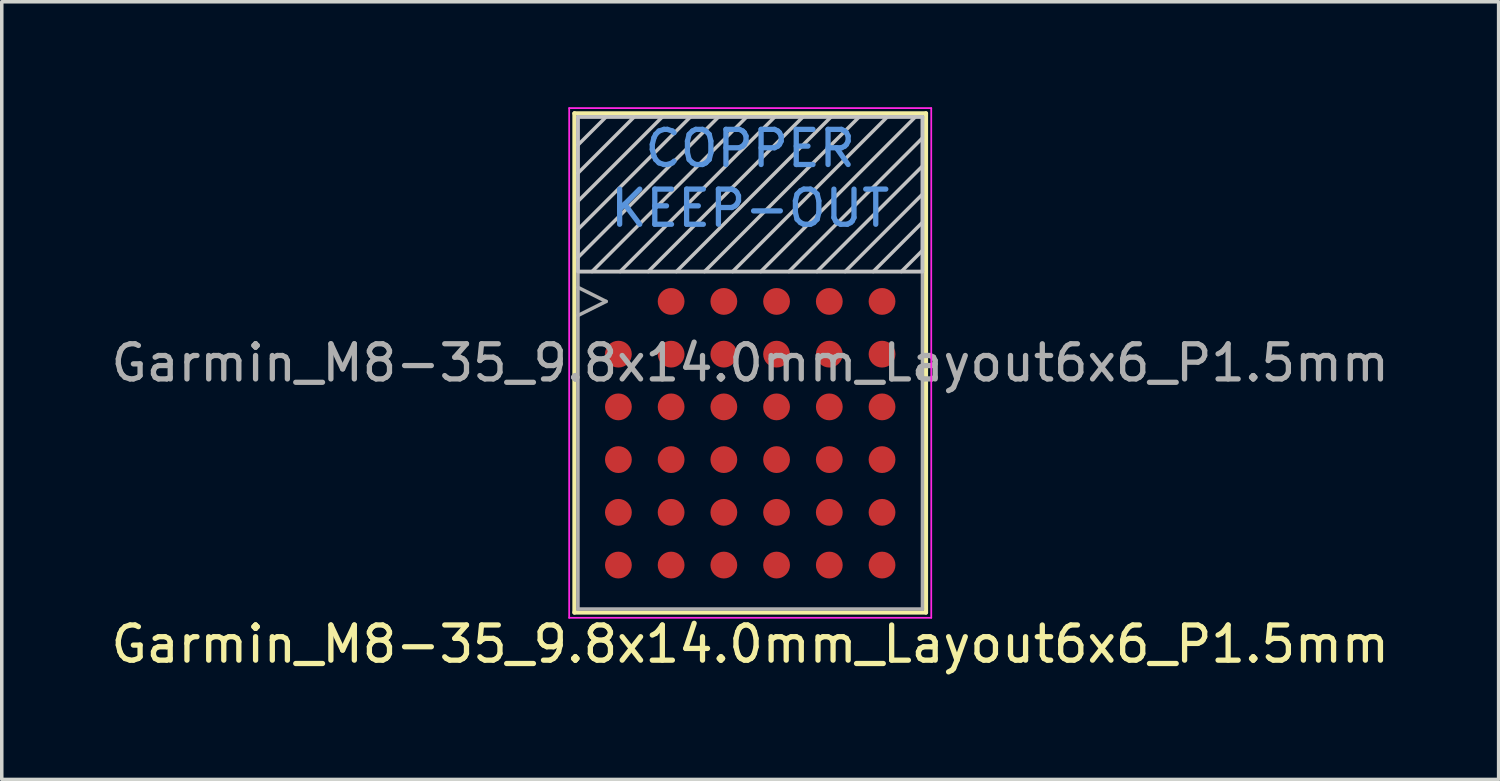
<source format=kicad_pcb>
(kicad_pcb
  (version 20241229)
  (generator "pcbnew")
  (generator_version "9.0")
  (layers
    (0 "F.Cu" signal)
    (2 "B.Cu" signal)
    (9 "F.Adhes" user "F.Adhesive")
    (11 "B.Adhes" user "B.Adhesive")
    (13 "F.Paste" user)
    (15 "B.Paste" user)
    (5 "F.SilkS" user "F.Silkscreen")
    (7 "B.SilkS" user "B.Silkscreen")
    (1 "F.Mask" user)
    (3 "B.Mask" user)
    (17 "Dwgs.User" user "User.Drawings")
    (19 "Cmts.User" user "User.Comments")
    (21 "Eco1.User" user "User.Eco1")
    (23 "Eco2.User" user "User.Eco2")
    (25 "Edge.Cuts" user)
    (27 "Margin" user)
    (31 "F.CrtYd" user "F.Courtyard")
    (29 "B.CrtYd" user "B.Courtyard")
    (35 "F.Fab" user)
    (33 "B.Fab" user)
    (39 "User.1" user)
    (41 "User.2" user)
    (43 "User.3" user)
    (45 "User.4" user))
  (footprint "Garmin_M8-35_9.8x14.0mm_Layout6x6_P1.5mm"
    (layer "F.Cu")
    (at 18.292 7.275)
    (property "Reference" "Garmin_M8-35_9.8x14.0mm_Layout6x6_P1.5mm" (at 0 8 0) (layer "F.SilkS") (effects (font (size 1 1) (thickness 0.15))))
    (attr smd)
    (fp_line (start -5 -7.1) (end -5 7.1) (stroke (width 0.12) (type solid)) (layer "F.SilkS"))
    (fp_line (start -5 7.1) (end 5 7.1) (stroke (width 0.12) (type solid)) (layer "F.SilkS"))
    (fp_line (start 5 -7.1) (end -5 -7.1) (stroke (width 0.12) (type solid)) (layer "F.SilkS"))
    (fp_line (start 5 7.1) (end 5 -7.1) (stroke (width 0.12) (type solid)) (layer "F.SilkS"))
    (fp_poly (pts (xy -4.18 -0.315) (xy -4.18 -0.68) (xy -3.815 -0.68) (xy -3.815 -0.315)) (stroke (width 0) (type solid)) (fill yes) (layer "F.Paste"))
    (fp_poly (pts (xy -4.18 0.18) (xy -4.18 -0.185) (xy -3.815 -0.185) (xy -3.815 0.18)) (stroke (width 0) (type solid)) (fill yes) (layer "F.Paste"))
    (fp_poly (pts (xy -4.18 1.185) (xy -4.18 0.82) (xy -3.815 0.82) (xy -3.815 1.185)) (stroke (width 0) (type solid)) (fill yes) (layer "F.Paste"))
    (fp_poly (pts (xy -4.18 1.68) (xy -4.18 1.315) (xy -3.815 1.315) (xy -3.815 1.68)) (stroke (width 0) (type solid)) (fill yes) (layer "F.Paste"))
    (fp_poly (pts (xy -4.18 2.685) (xy -4.18 2.32) (xy -3.815 2.32) (xy -3.815 2.685)) (stroke (width 0) (type solid)) (fill yes) (layer "F.Paste"))
    (fp_poly (pts (xy -4.18 3.18) (xy -4.18 2.815) (xy -3.815 2.815) (xy -3.815 3.18)) (stroke (width 0) (type solid)) (fill yes) (layer "F.Paste"))
    (fp_poly (pts (xy -4.18 4.185) (xy -4.18 3.82) (xy -3.815 3.82) (xy -3.815 4.185)) (stroke (width 0) (type solid)) (fill yes) (layer "F.Paste"))
    (fp_poly (pts (xy -4.18 4.68) (xy -4.18 4.315) (xy -3.815 4.315) (xy -3.815 4.68)) (stroke (width 0) (type solid)) (fill yes) (layer "F.Paste"))
    (fp_poly (pts (xy -4.18 5.685) (xy -4.18 5.32) (xy -3.815 5.32) (xy -3.815 5.685)) (stroke (width 0) (type solid)) (fill yes) (layer "F.Paste"))
    (fp_poly (pts (xy -4.18 6.18) (xy -4.18 5.815) (xy -3.815 5.815) (xy -3.815 6.18)) (stroke (width 0) (type solid)) (fill yes) (layer "F.Paste"))
    (fp_poly (pts (xy -3.685 -0.315) (xy -3.685 -0.68) (xy -3.32 -0.68) (xy -3.32 -0.315)) (stroke (width 0) (type solid)) (fill yes) (layer "F.Paste"))
    (fp_poly (pts (xy -3.685 0.18) (xy -3.685 -0.185) (xy -3.32 -0.185) (xy -3.32 0.18)) (stroke (width 0) (type solid)) (fill yes) (layer "F.Paste"))
    (fp_poly (pts (xy -3.685 1.185) (xy -3.685 0.82) (xy -3.32 0.82) (xy -3.32 1.185)) (stroke (width 0) (type solid)) (fill yes) (layer "F.Paste"))
    (fp_poly (pts (xy -3.685 1.68) (xy -3.685 1.315) (xy -3.32 1.315) (xy -3.32 1.68)) (stroke (width 0) (type solid)) (fill yes) (layer "F.Paste"))
    (fp_poly (pts (xy -3.685 2.685) (xy -3.685 2.32) (xy -3.32 2.32) (xy -3.32 2.685)) (stroke (width 0) (type solid)) (fill yes) (layer "F.Paste"))
    (fp_poly (pts (xy -3.685 3.18) (xy -3.685 2.815) (xy -3.32 2.815) (xy -3.32 3.18)) (stroke (width 0) (type solid)) (fill yes) (layer "F.Paste"))
    (fp_poly (pts (xy -3.685 4.185) (xy -3.685 3.82) (xy -3.32 3.82) (xy -3.32 4.185)) (stroke (width 0) (type solid)) (fill yes) (layer "F.Paste"))
    (fp_poly (pts (xy -3.685 4.68) (xy -3.685 4.315) (xy -3.32 4.315) (xy -3.32 4.68)) (stroke (width 0) (type solid)) (fill yes) (layer "F.Paste"))
    (fp_poly (pts (xy -3.685 5.685) (xy -3.685 5.32) (xy -3.32 5.32) (xy -3.32 5.685)) (stroke (width 0) (type solid)) (fill yes) (layer "F.Paste"))
    (fp_poly (pts (xy -3.685 6.18) (xy -3.685 5.815) (xy -3.32 5.815) (xy -3.32 6.18)) (stroke (width 0) (type solid)) (fill yes) (layer "F.Paste"))
    (fp_poly (pts (xy -2.68 -1.815) (xy -2.68 -2.18) (xy -2.315 -2.18) (xy -2.315 -1.815)) (stroke (width 0) (type solid)) (fill yes) (layer "F.Paste"))
    (fp_poly (pts (xy -2.68 -1.32) (xy -2.68 -1.685) (xy -2.315 -1.685) (xy -2.315 -1.32)) (stroke (width 0) (type solid)) (fill yes) (layer "F.Paste"))
    (fp_poly (pts (xy -2.68 -0.315) (xy -2.68 -0.68) (xy -2.315 -0.68) (xy -2.315 -0.315)) (stroke (width 0) (type solid)) (fill yes) (layer "F.Paste"))
    (fp_poly (pts (xy -2.68 0.18) (xy -2.68 -0.185) (xy -2.315 -0.185) (xy -2.315 0.18)) (stroke (width 0) (type solid)) (fill yes) (layer "F.Paste"))
    (fp_poly (pts (xy -2.68 1.185) (xy -2.68 0.82) (xy -2.315 0.82) (xy -2.315 1.185)) (stroke (width 0) (type solid)) (fill yes) (layer "F.Paste"))
    (fp_poly (pts (xy -2.68 1.68) (xy -2.68 1.315) (xy -2.315 1.315) (xy -2.315 1.68)) (stroke (width 0) (type solid)) (fill yes) (layer "F.Paste"))
    (fp_poly (pts (xy -2.68 2.685) (xy -2.68 2.32) (xy -2.315 2.32) (xy -2.315 2.685)) (stroke (width 0) (type solid)) (fill yes) (layer "F.Paste"))
    (fp_poly (pts (xy -2.68 3.18) (xy -2.68 2.815) (xy -2.315 2.815) (xy -2.315 3.18)) (stroke (width 0) (type solid)) (fill yes) (layer "F.Paste"))
    (fp_poly (pts (xy -2.68 4.185) (xy -2.68 3.82) (xy -2.315 3.82) (xy -2.315 4.185)) (stroke (width 0) (type solid)) (fill yes) (layer "F.Paste"))
    (fp_poly (pts (xy -2.68 4.68) (xy -2.68 4.315) (xy -2.315 4.315) (xy -2.315 4.68)) (stroke (width 0) (type solid)) (fill yes) (layer "F.Paste"))
    (fp_poly (pts (xy -2.68 5.685) (xy -2.68 5.32) (xy -2.315 5.32) (xy -2.315 5.685)) (stroke (width 0) (type solid)) (fill yes) (layer "F.Paste"))
    (fp_poly (pts (xy -2.68 6.18) (xy -2.68 5.815) (xy -2.315 5.815) (xy -2.315 6.18)) (stroke (width 0) (type solid)) (fill yes) (layer "F.Paste"))
    (fp_poly (pts (xy -2.185 -1.815) (xy -2.185 -2.18) (xy -1.82 -2.18) (xy -1.82 -1.815)) (stroke (width 0) (type solid)) (fill yes) (layer "F.Paste"))
    (fp_poly (pts (xy -2.185 -1.32) (xy -2.185 -1.685) (xy -1.82 -1.685) (xy -1.82 -1.32)) (stroke (width 0) (type solid)) (fill yes) (layer "F.Paste"))
    (fp_poly (pts (xy -2.185 -0.315) (xy -2.185 -0.68) (xy -1.82 -0.68) (xy -1.82 -0.315)) (stroke (width 0) (type solid)) (fill yes) (layer "F.Paste"))
    (fp_poly (pts (xy -2.185 0.18) (xy -2.185 -0.185) (xy -1.82 -0.185) (xy -1.82 0.18)) (stroke (width 0) (type solid)) (fill yes) (layer "F.Paste"))
    (fp_poly (pts (xy -2.185 1.185) (xy -2.185 0.82) (xy -1.82 0.82) (xy -1.82 1.185)) (stroke (width 0) (type solid)) (fill yes) (layer "F.Paste"))
    (fp_poly (pts (xy -2.185 1.68) (xy -2.185 1.315) (xy -1.82 1.315) (xy -1.82 1.68)) (stroke (width 0) (type solid)) (fill yes) (layer "F.Paste"))
    (fp_poly (pts (xy -2.185 2.685) (xy -2.185 2.32) (xy -1.82 2.32) (xy -1.82 2.685)) (stroke (width 0) (type solid)) (fill yes) (layer "F.Paste"))
    (fp_poly (pts (xy -2.185 3.18) (xy -2.185 2.815) (xy -1.82 2.815) (xy -1.82 3.18)) (stroke (width 0) (type solid)) (fill yes) (layer "F.Paste"))
    (fp_poly (pts (xy -2.185 4.185) (xy -2.185 3.82) (xy -1.82 3.82) (xy -1.82 4.185)) (stroke (width 0) (type solid)) (fill yes) (layer "F.Paste"))
    (fp_poly (pts (xy -2.185 4.68) (xy -2.185 4.315) (xy -1.82 4.315) (xy -1.82 4.68)) (stroke (width 0) (type solid)) (fill yes) (layer "F.Paste"))
    (fp_poly (pts (xy -2.185 5.685) (xy -2.185 5.32) (xy -1.82 5.32) (xy -1.82 5.685)) (stroke (width 0) (type solid)) (fill yes) (layer "F.Paste"))
    (fp_poly (pts (xy -2.185 6.18) (xy -2.185 5.815) (xy -1.82 5.815) (xy -1.82 6.18)) (stroke (width 0) (type solid)) (fill yes) (layer "F.Paste"))
    (fp_poly (pts (xy -1.18 -1.815) (xy -1.18 -2.18) (xy -0.815 -2.18) (xy -0.815 -1.815)) (stroke (width 0) (type solid)) (fill yes) (layer "F.Paste"))
    (fp_poly (pts (xy -1.18 -1.32) (xy -1.18 -1.685) (xy -0.815 -1.685) (xy -0.815 -1.32)) (stroke (width 0) (type solid)) (fill yes) (layer "F.Paste"))
    (fp_poly (pts (xy -1.18 -0.315) (xy -1.18 -0.68) (xy -0.815 -0.68) (xy -0.815 -0.315)) (stroke (width 0) (type solid)) (fill yes) (layer "F.Paste"))
    (fp_poly (pts (xy -1.18 0.18) (xy -1.18 -0.185) (xy -0.815 -0.185) (xy -0.815 0.18)) (stroke (width 0) (type solid)) (fill yes) (layer "F.Paste"))
    (fp_poly (pts (xy -1.18 1.185) (xy -1.18 0.82) (xy -0.815 0.82) (xy -0.815 1.185)) (stroke (width 0) (type solid)) (fill yes) (layer "F.Paste"))
    (fp_poly (pts (xy -1.18 1.68) (xy -1.18 1.315) (xy -0.815 1.315) (xy -0.815 1.68)) (stroke (width 0) (type solid)) (fill yes) (layer "F.Paste"))
    (fp_poly (pts (xy -1.18 2.685) (xy -1.18 2.32) (xy -0.815 2.32) (xy -0.815 2.685)) (stroke (width 0) (type solid)) (fill yes) (layer "F.Paste"))
    (fp_poly (pts (xy -1.18 3.18) (xy -1.18 2.815) (xy -0.815 2.815) (xy -0.815 3.18)) (stroke (width 0) (type solid)) (fill yes) (layer "F.Paste"))
    (fp_poly (pts (xy -1.18 4.185) (xy -1.18 3.82) (xy -0.815 3.82) (xy -0.815 4.185)) (stroke (width 0) (type solid)) (fill yes) (layer "F.Paste"))
    (fp_poly (pts (xy -1.18 4.68) (xy -1.18 4.315) (xy -0.815 4.315) (xy -0.815 4.68)) (stroke (width 0) (type solid)) (fill yes) (layer "F.Paste"))
    (fp_poly (pts (xy -1.18 5.685) (xy -1.18 5.32) (xy -0.815 5.32) (xy -0.815 5.685)) (stroke (width 0) (type solid)) (fill yes) (layer "F.Paste"))
    (fp_poly (pts (xy -1.18 6.18) (xy -1.18 5.815) (xy -0.815 5.815) (xy -0.815 6.18)) (stroke (width 0) (type solid)) (fill yes) (layer "F.Paste"))
    (fp_poly (pts (xy -0.685 -1.815) (xy -0.685 -2.18) (xy -0.32 -2.18) (xy -0.32 -1.815)) (stroke (width 0) (type solid)) (fill yes) (layer "F.Paste"))
    (fp_poly (pts (xy -0.685 -1.32) (xy -0.685 -1.685) (xy -0.32 -1.685) (xy -0.32 -1.32)) (stroke (width 0) (type solid)) (fill yes) (layer "F.Paste"))
    (fp_poly (pts (xy -0.685 -0.315) (xy -0.685 -0.68) (xy -0.32 -0.68) (xy -0.32 -0.315)) (stroke (width 0) (type solid)) (fill yes) (layer "F.Paste"))
    (fp_poly (pts (xy -0.685 0.18) (xy -0.685 -0.185) (xy -0.32 -0.185) (xy -0.32 0.18)) (stroke (width 0) (type solid)) (fill yes) (layer "F.Paste"))
    (fp_poly (pts (xy -0.685 1.185) (xy -0.685 0.82) (xy -0.32 0.82) (xy -0.32 1.185)) (stroke (width 0) (type solid)) (fill yes) (layer "F.Paste"))
    (fp_poly (pts (xy -0.685 1.68) (xy -0.685 1.315) (xy -0.32 1.315) (xy -0.32 1.68)) (stroke (width 0) (type solid)) (fill yes) (layer "F.Paste"))
    (fp_poly (pts (xy -0.685 2.685) (xy -0.685 2.32) (xy -0.32 2.32) (xy -0.32 2.685)) (stroke (width 0) (type solid)) (fill yes) (layer "F.Paste"))
    (fp_poly (pts (xy -0.685 3.18) (xy -0.685 2.815) (xy -0.32 2.815) (xy -0.32 3.18)) (stroke (width 0) (type solid)) (fill yes) (layer "F.Paste"))
    (fp_poly (pts (xy -0.685 4.185) (xy -0.685 3.82) (xy -0.32 3.82) (xy -0.32 4.185)) (stroke (width 0) (type solid)) (fill yes) (layer "F.Paste"))
    (fp_poly (pts (xy -0.685 4.68) (xy -0.685 4.315) (xy -0.32 4.315) (xy -0.32 4.68)) (stroke (width 0) (type solid)) (fill yes) (layer "F.Paste"))
    (fp_poly (pts (xy -0.685 5.685) (xy -0.685 5.32) (xy -0.32 5.32) (xy -0.32 5.685)) (stroke (width 0) (type solid)) (fill yes) (layer "F.Paste"))
    (fp_poly (pts (xy -0.685 6.18) (xy -0.685 5.815) (xy -0.32 5.815) (xy -0.32 6.18)) (stroke (width 0) (type solid)) (fill yes) (layer "F.Paste"))
    (fp_poly (pts (xy 0.32 -1.815) (xy 0.32 -2.18) (xy 0.685 -2.18) (xy 0.685 -1.815)) (stroke (width 0) (type solid)) (fill yes) (layer "F.Paste"))
    (fp_poly (pts (xy 0.32 -1.32) (xy 0.32 -1.685) (xy 0.685 -1.685) (xy 0.685 -1.32)) (stroke (width 0) (type solid)) (fill yes) (layer "F.Paste"))
    (fp_poly (pts (xy 0.32 -0.315) (xy 0.32 -0.68) (xy 0.685 -0.68) (xy 0.685 -0.315)) (stroke (width 0) (type solid)) (fill yes) (layer "F.Paste"))
    (fp_poly (pts (xy 0.32 0.18) (xy 0.32 -0.185) (xy 0.685 -0.185) (xy 0.685 0.18)) (stroke (width 0) (type solid)) (fill yes) (layer "F.Paste"))
    (fp_poly (pts (xy 0.32 1.185) (xy 0.32 0.82) (xy 0.685 0.82) (xy 0.685 1.185)) (stroke (width 0) (type solid)) (fill yes) (layer "F.Paste"))
    (fp_poly (pts (xy 0.32 1.68) (xy 0.32 1.315) (xy 0.685 1.315) (xy 0.685 1.68)) (stroke (width 0) (type solid)) (fill yes) (layer "F.Paste"))
    (fp_poly (pts (xy 0.32 2.685) (xy 0.32 2.32) (xy 0.685 2.32) (xy 0.685 2.685)) (stroke (width 0) (type solid)) (fill yes) (layer "F.Paste"))
    (fp_poly (pts (xy 0.32 3.18) (xy 0.32 2.815) (xy 0.685 2.815) (xy 0.685 3.18)) (stroke (width 0) (type solid)) (fill yes) (layer "F.Paste"))
    (fp_poly (pts (xy 0.32 4.185) (xy 0.32 3.82) (xy 0.685 3.82) (xy 0.685 4.185)) (stroke (width 0) (type solid)) (fill yes) (layer "F.Paste"))
    (fp_poly (pts (xy 0.32 4.68) (xy 0.32 4.315) (xy 0.685 4.315) (xy 0.685 4.68)) (stroke (width 0) (type solid)) (fill yes) (layer "F.Paste"))
    (fp_poly (pts (xy 0.32 5.685) (xy 0.32 5.32) (xy 0.685 5.32) (xy 0.685 5.685)) (stroke (width 0) (type solid)) (fill yes) (layer "F.Paste"))
    (fp_poly (pts (xy 0.32 6.18) (xy 0.32 5.815) (xy 0.685 5.815) (xy 0.685 6.18)) (stroke (width 0) (type solid)) (fill yes) (layer "F.Paste"))
    (fp_poly (pts (xy 0.815 -1.815) (xy 0.815 -2.18) (xy 1.18 -2.18) (xy 1.18 -1.815)) (stroke (width 0) (type solid)) (fill yes) (layer "F.Paste"))
    (fp_poly (pts (xy 0.815 -1.32) (xy 0.815 -1.685) (xy 1.18 -1.685) (xy 1.18 -1.32)) (stroke (width 0) (type solid)) (fill yes) (layer "F.Paste"))
    (fp_poly (pts (xy 0.815 -0.315) (xy 0.815 -0.68) (xy 1.18 -0.68) (xy 1.18 -0.315)) (stroke (width 0) (type solid)) (fill yes) (layer "F.Paste"))
    (fp_poly (pts (xy 0.815 0.18) (xy 0.815 -0.185) (xy 1.18 -0.185) (xy 1.18 0.18)) (stroke (width 0) (type solid)) (fill yes) (layer "F.Paste"))
    (fp_poly (pts (xy 0.815 1.185) (xy 0.815 0.82) (xy 1.18 0.82) (xy 1.18 1.185)) (stroke (width 0) (type solid)) (fill yes) (layer "F.Paste"))
    (fp_poly (pts (xy 0.815 1.68) (xy 0.815 1.315) (xy 1.18 1.315) (xy 1.18 1.68)) (stroke (width 0) (type solid)) (fill yes) (layer "F.Paste"))
    (fp_poly (pts (xy 0.815 2.685) (xy 0.815 2.32) (xy 1.18 2.32) (xy 1.18 2.685)) (stroke (width 0) (type solid)) (fill yes) (layer "F.Paste"))
    (fp_poly (pts (xy 0.815 3.18) (xy 0.815 2.815) (xy 1.18 2.815) (xy 1.18 3.18)) (stroke (width 0) (type solid)) (fill yes) (layer "F.Paste"))
    (fp_poly (pts (xy 0.815 4.185) (xy 0.815 3.82) (xy 1.18 3.82) (xy 1.18 4.185)) (stroke (width 0) (type solid)) (fill yes) (layer "F.Paste"))
    (fp_poly (pts (xy 0.815 4.68) (xy 0.815 4.315) (xy 1.18 4.315) (xy 1.18 4.68)) (stroke (width 0) (type solid)) (fill yes) (layer "F.Paste"))
    (fp_poly (pts (xy 0.815 5.685) (xy 0.815 5.32) (xy 1.18 5.32) (xy 1.18 5.685)) (stroke (width 0) (type solid)) (fill yes) (layer "F.Paste"))
    (fp_poly (pts (xy 0.815 6.18) (xy 0.815 5.815) (xy 1.18 5.815) (xy 1.18 6.18)) (stroke (width 0) (type solid)) (fill yes) (layer "F.Paste"))
    (fp_poly (pts (xy 1.82 -1.815) (xy 1.82 -2.18) (xy 2.185 -2.18) (xy 2.185 -1.815)) (stroke (width 0) (type solid)) (fill yes) (layer "F.Paste"))
    (fp_poly (pts (xy 1.82 -1.32) (xy 1.82 -1.685) (xy 2.185 -1.685) (xy 2.185 -1.32)) (stroke (width 0) (type solid)) (fill yes) (layer "F.Paste"))
    (fp_poly (pts (xy 1.82 -0.315) (xy 1.82 -0.68) (xy 2.185 -0.68) (xy 2.185 -0.315)) (stroke (width 0) (type solid)) (fill yes) (layer "F.Paste"))
    (fp_poly (pts (xy 1.82 0.18) (xy 1.82 -0.185) (xy 2.185 -0.185) (xy 2.185 0.18)) (stroke (width 0) (type solid)) (fill yes) (layer "F.Paste"))
    (fp_poly (pts (xy 1.82 1.185) (xy 1.82 0.82) (xy 2.185 0.82) (xy 2.185 1.185)) (stroke (width 0) (type solid)) (fill yes) (layer "F.Paste"))
    (fp_poly (pts (xy 1.82 1.68) (xy 1.82 1.315) (xy 2.185 1.315) (xy 2.185 1.68)) (stroke (width 0) (type solid)) (fill yes) (layer "F.Paste"))
    (fp_poly (pts (xy 1.82 2.685) (xy 1.82 2.32) (xy 2.185 2.32) (xy 2.185 2.685)) (stroke (width 0) (type solid)) (fill yes) (layer "F.Paste"))
    (fp_poly (pts (xy 1.82 3.18) (xy 1.82 2.815) (xy 2.185 2.815) (xy 2.185 3.18)) (stroke (width 0) (type solid)) (fill yes) (layer "F.Paste"))
    (fp_poly (pts (xy 1.82 4.185) (xy 1.82 3.82) (xy 2.185 3.82) (xy 2.185 4.185)) (stroke (width 0) (type solid)) (fill yes) (layer "F.Paste"))
    (fp_poly (pts (xy 1.82 4.68) (xy 1.82 4.315) (xy 2.185 4.315) (xy 2.185 4.68)) (stroke (width 0) (type solid)) (fill yes) (layer "F.Paste"))
    (fp_poly (pts (xy 1.82 5.685) (xy 1.82 5.32) (xy 2.185 5.32) (xy 2.185 5.685)) (stroke (width 0) (type solid)) (fill yes) (layer "F.Paste"))
    (fp_poly (pts (xy 1.82 6.18) (xy 1.82 5.815) (xy 2.185 5.815) (xy 2.185 6.18)) (stroke (width 0) (type solid)) (fill yes) (layer "F.Paste"))
    (fp_poly (pts (xy 2.315 -1.815) (xy 2.315 -2.18) (xy 2.68 -2.18) (xy 2.68 -1.815)) (stroke (width 0) (type solid)) (fill yes) (layer "F.Paste"))
    (fp_poly (pts (xy 2.315 -1.32) (xy 2.315 -1.685) (xy 2.68 -1.685) (xy 2.68 -1.32)) (stroke (width 0) (type solid)) (fill yes) (layer "F.Paste"))
    (fp_poly (pts (xy 2.315 -0.315) (xy 2.315 -0.68) (xy 2.68 -0.68) (xy 2.68 -0.315)) (stroke (width 0) (type solid)) (fill yes) (layer "F.Paste"))
    (fp_poly (pts (xy 2.315 0.18) (xy 2.315 -0.185) (xy 2.68 -0.185) (xy 2.68 0.18)) (stroke (width 0) (type solid)) (fill yes) (layer "F.Paste"))
    (fp_poly (pts (xy 2.315 1.185) (xy 2.315 0.82) (xy 2.68 0.82) (xy 2.68 1.185)) (stroke (width 0) (type solid)) (fill yes) (layer "F.Paste"))
    (fp_poly (pts (xy 2.315 1.68) (xy 2.315 1.315) (xy 2.68 1.315) (xy 2.68 1.68)) (stroke (width 0) (type solid)) (fill yes) (layer "F.Paste"))
    (fp_poly (pts (xy 2.315 2.685) (xy 2.315 2.32) (xy 2.68 2.32) (xy 2.68 2.685)) (stroke (width 0) (type solid)) (fill yes) (layer "F.Paste"))
    (fp_poly (pts (xy 2.315 3.18) (xy 2.315 2.815) (xy 2.68 2.815) (xy 2.68 3.18)) (stroke (width 0) (type solid)) (fill yes) (layer "F.Paste"))
    (fp_poly (pts (xy 2.315 4.185) (xy 2.315 3.82) (xy 2.68 3.82) (xy 2.68 4.185)) (stroke (width 0) (type solid)) (fill yes) (layer "F.Paste"))
    (fp_poly (pts (xy 2.315 4.68) (xy 2.315 4.315) (xy 2.68 4.315) (xy 2.68 4.68)) (stroke (width 0) (type solid)) (fill yes) (layer "F.Paste"))
    (fp_poly (pts (xy 2.315 5.685) (xy 2.315 5.32) (xy 2.68 5.32) (xy 2.68 5.685)) (stroke (width 0) (type solid)) (fill yes) (layer "F.Paste"))
    (fp_poly (pts (xy 2.315 6.18) (xy 2.315 5.815) (xy 2.68 5.815) (xy 2.68 6.18)) (stroke (width 0) (type solid)) (fill yes) (layer "F.Paste"))
    (fp_poly (pts (xy 3.32 -1.815) (xy 3.32 -2.18) (xy 3.685 -2.18) (xy 3.685 -1.815)) (stroke (width 0) (type solid)) (fill yes) (layer "F.Paste"))
    (fp_poly (pts (xy 3.32 -1.32) (xy 3.32 -1.685) (xy 3.685 -1.685) (xy 3.685 -1.32)) (stroke (width 0) (type solid)) (fill yes) (layer "F.Paste"))
    (fp_poly (pts (xy 3.32 -0.315) (xy 3.32 -0.68) (xy 3.685 -0.68) (xy 3.685 -0.315)) (stroke (width 0) (type solid)) (fill yes) (layer "F.Paste"))
    (fp_poly (pts (xy 3.32 0.18) (xy 3.32 -0.185) (xy 3.685 -0.185) (xy 3.685 0.18)) (stroke (width 0) (type solid)) (fill yes) (layer "F.Paste"))
    (fp_poly (pts (xy 3.32 1.185) (xy 3.32 0.82) (xy 3.685 0.82) (xy 3.685 1.185)) (stroke (width 0) (type solid)) (fill yes) (layer "F.Paste"))
    (fp_poly (pts (xy 3.32 1.68) (xy 3.32 1.315) (xy 3.685 1.315) (xy 3.685 1.68)) (stroke (width 0) (type solid)) (fill yes) (layer "F.Paste"))
    (fp_poly (pts (xy 3.32 2.685) (xy 3.32 2.32) (xy 3.685 2.32) (xy 3.685 2.685)) (stroke (width 0) (type solid)) (fill yes) (layer "F.Paste"))
    (fp_poly (pts (xy 3.32 3.18) (xy 3.32 2.815) (xy 3.685 2.815) (xy 3.685 3.18)) (stroke (width 0) (type solid)) (fill yes) (layer "F.Paste"))
    (fp_poly (pts (xy 3.32 4.185) (xy 3.32 3.82) (xy 3.685 3.82) (xy 3.685 4.185)) (stroke (width 0) (type solid)) (fill yes) (layer "F.Paste"))
    (fp_poly (pts (xy 3.32 4.68) (xy 3.32 4.315) (xy 3.685 4.315) (xy 3.685 4.68)) (stroke (width 0) (type solid)) (fill yes) (layer "F.Paste"))
    (fp_poly (pts (xy 3.32 5.685) (xy 3.32 5.32) (xy 3.685 5.32) (xy 3.685 5.685)) (stroke (width 0) (type solid)) (fill yes) (layer "F.Paste"))
    (fp_poly (pts (xy 3.32 6.18) (xy 3.32 5.815) (xy 3.685 5.815) (xy 3.685 6.18)) (stroke (width 0) (type solid)) (fill yes) (layer "F.Paste"))
    (fp_poly (pts (xy 3.815 -1.815) (xy 3.815 -2.18) (xy 4.18 -2.18) (xy 4.18 -1.815)) (stroke (width 0) (type solid)) (fill yes) (layer "F.Paste"))
    (fp_poly (pts (xy 3.815 -1.32) (xy 3.815 -1.685) (xy 4.18 -1.685) (xy 4.18 -1.32)) (stroke (width 0) (type solid)) (fill yes) (layer "F.Paste"))
    (fp_poly (pts (xy 3.815 -0.315) (xy 3.815 -0.68) (xy 4.18 -0.68) (xy 4.18 -0.315)) (stroke (width 0) (type solid)) (fill yes) (layer "F.Paste"))
    (fp_poly (pts (xy 3.815 0.18) (xy 3.815 -0.185) (xy 4.18 -0.185) (xy 4.18 0.18)) (stroke (width 0) (type solid)) (fill yes) (layer "F.Paste"))
    (fp_poly (pts (xy 3.815 1.185) (xy 3.815 0.82) (xy 4.18 0.82) (xy 4.18 1.185)) (stroke (width 0) (type solid)) (fill yes) (layer "F.Paste"))
    (fp_poly (pts (xy 3.815 1.68) (xy 3.815 1.315) (xy 4.18 1.315) (xy 4.18 1.68)) (stroke (width 0) (type solid)) (fill yes) (layer "F.Paste"))
    (fp_poly (pts (xy 3.815 2.685) (xy 3.815 2.32) (xy 4.18 2.32) (xy 4.18 2.685)) (stroke (width 0) (type solid)) (fill yes) (layer "F.Paste"))
    (fp_poly (pts (xy 3.815 3.18) (xy 3.815 2.815) (xy 4.18 2.815) (xy 4.18 3.18)) (stroke (width 0) (type solid)) (fill yes) (layer "F.Paste"))
    (fp_poly (pts (xy 3.815 4.185) (xy 3.815 3.82) (xy 4.18 3.82) (xy 4.18 4.185)) (stroke (width 0) (type solid)) (fill yes) (layer "F.Paste"))
    (fp_poly (pts (xy 3.815 4.68) (xy 3.815 4.315) (xy 4.18 4.315) (xy 4.18 4.68)) (stroke (width 0) (type solid)) (fill yes) (layer "F.Paste"))
    (fp_poly (pts (xy 3.815 5.685) (xy 3.815 5.32) (xy 4.18 5.32) (xy 4.18 5.685)) (stroke (width 0) (type solid)) (fill yes) (layer "F.Paste"))
    (fp_poly (pts (xy 3.815 6.18) (xy 3.815 5.815) (xy 4.18 5.815) (xy 4.18 6.18)) (stroke (width 0) (type solid)) (fill yes) (layer "F.Paste"))
    (fp_line (start -4.9 -7) (end -4.9 -2.625) (stroke (width 0.1) (type solid)) (layer "Dwgs.User"))
    (fp_line (start -4.9 -6.2) (end -4.1 -7) (stroke (width 0.1) (type solid)) (layer "Dwgs.User"))
    (fp_line (start -4.9 -5.4) (end -3.3 -7) (stroke (width 0.1) (type solid)) (layer "Dwgs.User"))
    (fp_line (start -4.9 -4.6) (end -2.5 -7) (stroke (width 0.1) (type solid)) (layer "Dwgs.User"))
    (fp_line (start -4.9 -3.8) (end -1.7 -7) (stroke (width 0.1) (type solid)) (layer "Dwgs.User"))
    (fp_line (start -4.9 -3) (end -0.9 -7) (stroke (width 0.1) (type solid)) (layer "Dwgs.User"))
    (fp_line (start -4.9 -2.6) (end 4.9 -2.6) (stroke (width 0.1) (type solid)) (layer "Dwgs.User"))
    (fp_line (start -4.5 -2.6) (end -0.1 -7) (stroke (width 0.1) (type solid)) (layer "Dwgs.User"))
    (fp_line (start 0.7 -7) (end -3.7 -2.6) (stroke (width 0.1) (type solid)) (layer "Dwgs.User"))
    (fp_line (start 1.5 -7) (end -2.9 -2.6) (stroke (width 0.1) (type solid)) (layer "Dwgs.User"))
    (fp_line (start 2.3 -7) (end -2.1 -2.6) (stroke (width 0.1) (type solid)) (layer "Dwgs.User"))
    (fp_line (start 3.1 -7) (end -1.3 -2.6) (stroke (width 0.1) (type solid)) (layer "Dwgs.User"))
    (fp_line (start 3.9 -7) (end -0.5 -2.6) (stroke (width 0.1) (type solid)) (layer "Dwgs.User"))
    (fp_line (start 4.7 -7) (end 0.3 -2.6) (stroke (width 0.1) (type solid)) (layer "Dwgs.User"))
    (fp_line (start 4.9 -7) (end -4.9 -7) (stroke (width 0.1) (type solid)) (layer "Dwgs.User"))
    (fp_line (start 4.9 -6.4) (end 1.1 -2.6) (stroke (width 0.1) (type solid)) (layer "Dwgs.User"))
    (fp_line (start 4.9 -5.6) (end 1.9 -2.6) (stroke (width 0.1) (type solid)) (layer "Dwgs.User"))
    (fp_line (start 4.9 -4.8) (end 2.7 -2.6) (stroke (width 0.1) (type solid)) (layer "Dwgs.User"))
    (fp_line (start 4.9 -4) (end 3.5 -2.6) (stroke (width 0.1) (type solid)) (layer "Dwgs.User"))
    (fp_line (start 4.9 -3.2) (end 4.3 -2.6) (stroke (width 0.1) (type solid)) (layer "Dwgs.User"))
    (fp_line (start 4.9 -2.6) (end 4.9 -7) (stroke (width 0.1) (type solid)) (layer "Dwgs.User"))
    (fp_line (start -5.15 -7.25) (end 5.15 -7.25) (stroke (width 0.05) (type solid)) (layer "F.CrtYd"))
    (fp_line (start -5.15 7.25) (end -5.15 -7.25) (stroke (width 0.05) (type solid)) (layer "F.CrtYd"))
    (fp_line (start 5.15 -7.25) (end 5.15 7.25) (stroke (width 0.05) (type solid)) (layer "F.CrtYd"))
    (fp_line (start 5.15 7.25) (end -5.15 7.25) (stroke (width 0.05) (type solid)) (layer "F.CrtYd"))
    (fp_line (start -4.9 -7) (end 4.9 -7) (stroke (width 0.1) (type solid)) (layer "F.Fab"))
    (fp_line (start -4.9 -2.6) (end 4.9 -2.6) (stroke (width 0.1) (type solid)) (layer "F.Fab"))
    (fp_line (start -4.9 -2.15) (end -4.1 -1.75) (stroke (width 0.1) (type solid)) (layer "F.Fab"))
    (fp_line (start -4.9 -1.35) (end -4.1 -1.75) (stroke (width 0.1) (type solid)) (layer "F.Fab"))
    (fp_line (start -4.9 7) (end -4.9 -7) (stroke (width 0.1) (type solid)) (layer "F.Fab"))
    (fp_line (start 4.9 -7) (end 4.9 7) (stroke (width 0.1) (type solid)) (layer "F.Fab"))
    (fp_line (start 4.9 7) (end -4.9 7) (stroke (width 0.1) (type solid)) (layer "F.Fab"))
    (fp_text user "COPPER" (at 0 -6.1 0) (layer "Cmts.User") (effects (font (size 1 1) (thickness 0.15))))
    (fp_text user "KEEP-OUT" (at 0 -4.4 0) (layer "Cmts.User") (effects (font (size 1 1) (thickness 0.15))))
    (fp_text user "${REFERENCE}" (at 0 0 0) (layer "F.Fab") (effects (font (size 1 1) (thickness 0.15))))
    (pad "A2" smd circle (at -2.25 -1.75) (size 0.762 0.762) (layers "F.Cu" "F.Mask"))
    (pad "A3" smd circle (at -0.75 -1.75) (size 0.762 0.762) (layers "F.Cu" "F.Mask"))
    (pad "A4" smd circle (at 0.75 -1.75) (size 0.762 0.762) (layers "F.Cu" "F.Mask"))
    (pad "A5" smd circle (at 2.25 -1.75) (size 0.762 0.762) (layers "F.Cu" "F.Mask"))
    (pad "A6" smd circle (at 3.75 -1.75) (size 0.762 0.762) (layers "F.Cu" "F.Mask"))
    (pad "B1" smd circle (at -3.75 -0.25) (size 0.762 0.762) (layers "F.Cu" "F.Mask"))
    (pad "B2" smd circle (at -2.25 -0.25) (size 0.762 0.762) (layers "F.Cu" "F.Mask"))
    (pad "B3" smd circle (at -0.75 -0.25) (size 0.762 0.762) (layers "F.Cu" "F.Mask"))
    (pad "B4" smd circle (at 0.75 -0.25) (size 0.762 0.762) (layers "F.Cu" "F.Mask"))
    (pad "B5" smd circle (at 2.25 -0.25) (size 0.762 0.762) (layers "F.Cu" "F.Mask"))
    (pad "B6" smd circle (at 3.75 -0.25) (size 0.762 0.762) (layers "F.Cu" "F.Mask"))
    (pad "C1" smd circle (at -3.75 1.25) (size 0.762 0.762) (layers "F.Cu" "F.Mask"))
    (pad "C2" smd circle (at -2.25 1.25) (size 0.762 0.762) (layers "F.Cu" "F.Mask"))
    (pad "C3" smd circle (at -0.75 1.25) (size 0.762 0.762) (layers "F.Cu" "F.Mask"))
    (pad "C4" smd circle (at 0.75 1.25) (size 0.762 0.762) (layers "F.Cu" "F.Mask"))
    (pad "C5" smd circle (at 2.25 1.25) (size 0.762 0.762) (layers "F.Cu" "F.Mask"))
    (pad "C6" smd circle (at 3.75 1.25) (size 0.762 0.762) (layers "F.Cu" "F.Mask"))
    (pad "D1" smd circle (at -3.75 2.75) (size 0.762 0.762) (layers "F.Cu" "F.Mask"))
    (pad "D2" smd circle (at -2.25 2.75) (size 0.762 0.762) (layers "F.Cu" "F.Mask"))
    (pad "D3" smd circle (at -0.75 2.75) (size 0.762 0.762) (layers "F.Cu" "F.Mask"))
    (pad "D4" smd circle (at 0.75 2.75) (size 0.762 0.762) (layers "F.Cu" "F.Mask"))
    (pad "D5" smd circle (at 2.25 2.75) (size 0.762 0.762) (layers "F.Cu" "F.Mask"))
    (pad "D6" smd circle (at 3.75 2.75) (size 0.762 0.762) (layers "F.Cu" "F.Mask"))
    (pad "E1" smd circle (at -3.75 4.25) (size 0.762 0.762) (layers "F.Cu" "F.Mask"))
    (pad "E2" smd circle (at -2.25 4.25) (size 0.762 0.762) (layers "F.Cu" "F.Mask"))
    (pad "E3" smd circle (at -0.75 4.25) (size 0.762 0.762) (layers "F.Cu" "F.Mask"))
    (pad "E4" smd circle (at 0.75 4.25) (size 0.762 0.762) (layers "F.Cu" "F.Mask"))
    (pad "E5" smd circle (at 2.25 4.25) (size 0.762 0.762) (layers "F.Cu" "F.Mask"))
    (pad "E6" smd circle (at 3.75 4.25) (size 0.762 0.762) (layers "F.Cu" "F.Mask"))
    (pad "F1" smd circle (at -3.75 5.75) (size 0.762 0.762) (layers "F.Cu" "F.Mask"))
    (pad "F2" smd circle (at -2.25 5.75) (size 0.762 0.762) (layers "F.Cu" "F.Mask"))
    (pad "F3" smd circle (at -0.75 5.75) (size 0.762 0.762) (layers "F.Cu" "F.Mask"))
    (pad "F4" smd circle (at 0.75 5.75) (size 0.762 0.762) (layers "F.Cu" "F.Mask"))
    (pad "F5" smd circle (at 2.25 5.75) (size 0.762 0.762) (layers "F.Cu" "F.Mask"))
    (pad "F6" smd circle (at 3.75 5.75) (size 0.762 0.762) (layers "F.Cu" "F.Mask")))
  (gr_rect
    (start -3 -3)
    (end 39.583 19.123)
    (stroke (width 0.1) (type default))
    (fill no)
    (layer "Edge.Cuts")))
</source>
